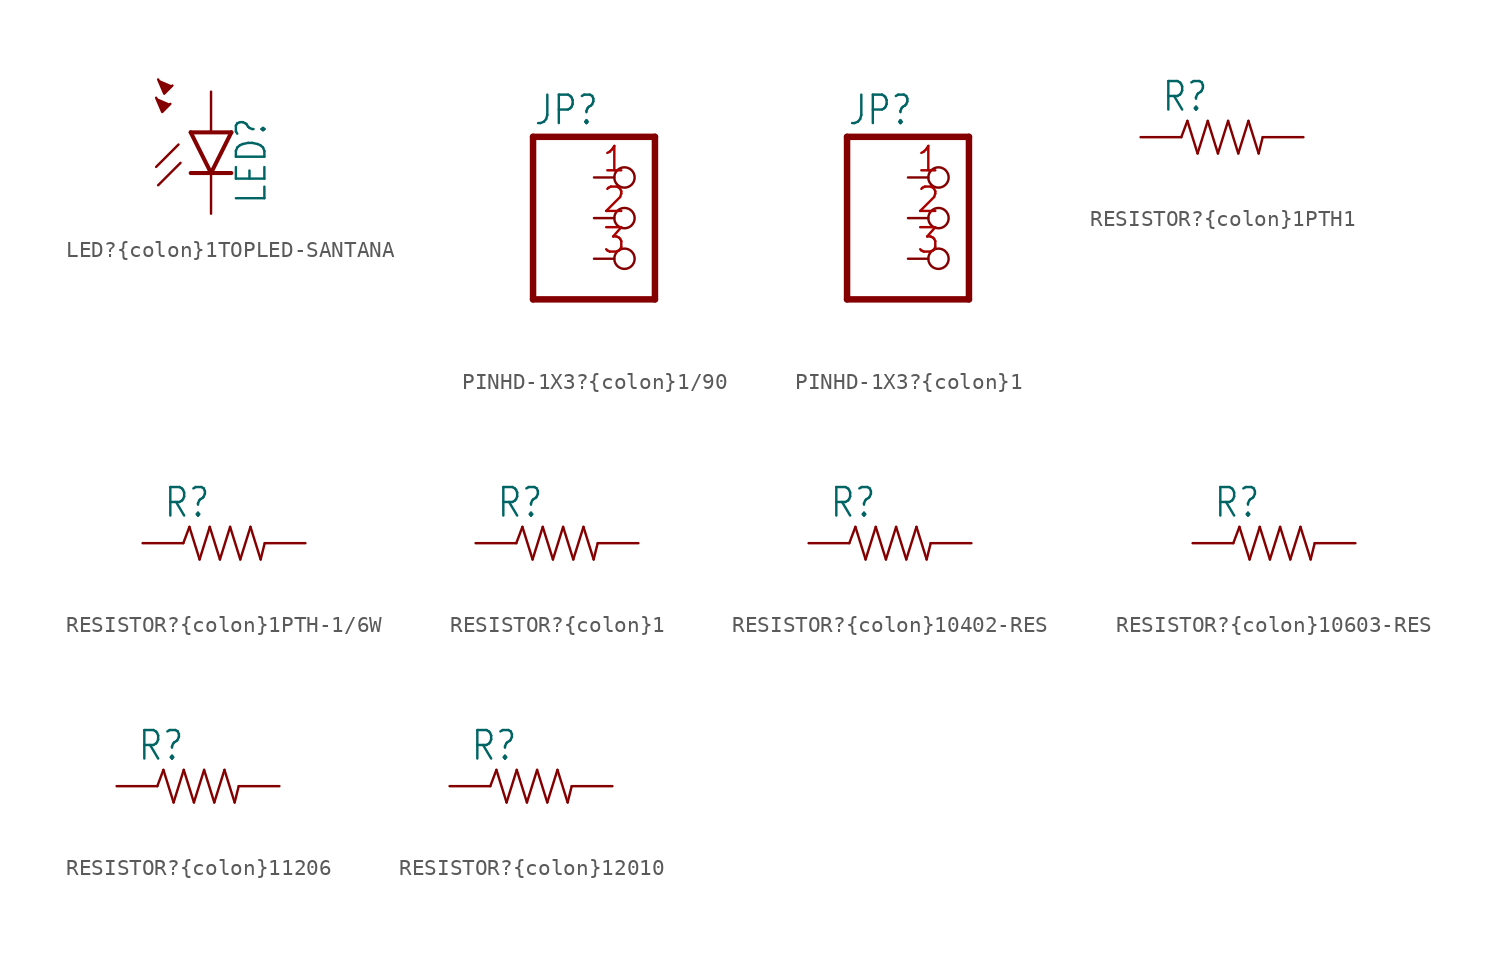
<source format=kicad_sym>
(kicad_symbol_lib
  (version 20241209)
  (generator "kicad_symbol_editor")
  (generator_version "9.0")
  (symbol "LED?{colon}1TOPLED-SANTANA"
    (property "Reference" "LED"
      (at 3.556 -4.572 90)
      (effects (font (size 1.778 1.511)) (justify left bottom)))
    (property "Value" ""
      (at 5.715 -4.572 90)
      (effects (font (size 1.778 1.511)) (justify left bottom)))
    (property "ki_locked" ""
      (at 0 0 0)
      (effects (font (size 1.27 1.27))))
    (symbol "LED?{colon}1TOPLED-SANTANA_1_0"
      (polyline (pts (xy -3.429 2.159) (xy -3.048 1.27) (xy -2.54 1.778)) (stroke (width 0.152) (type solid)) (fill (type outline)))
      (polyline (pts (xy -3.302 3.302) (xy -2.921 2.413) (xy -2.413 2.921)) (stroke (width 0.152) (type solid)) (fill (type outline)))
      (polyline (pts (xy -2.032 -0.762) (xy -3.429 -2.159)) (stroke (width 0.152) (type solid)) (fill (type none)))
      (polyline (pts (xy -1.905 -1.905) (xy -3.302 -3.302)) (stroke (width 0.152) (type solid)) (fill (type none)))
      (polyline (pts (xy 0 -2.54) (xy -1.27 0)) (stroke (width 0.254) (type solid)) (fill (type none)))
      (polyline (pts (xy 0 -2.54) (xy -1.27 -2.54)) (stroke (width 0.254) (type solid)) (fill (type none)))
      (polyline (pts (xy 1.27 0) (xy -1.27 0)) (stroke (width 0.254) (type solid)) (fill (type none)))
      (polyline (pts (xy 1.27 0) (xy 0 -2.54)) (stroke (width 0.254) (type solid)) (fill (type none)))
      (polyline (pts (xy 1.27 -2.54) (xy 0 -2.54)) (stroke (width 0.254) (type solid)) (fill (type none)))
      (pin passive line (at 0 2.54 270) (length 2.54) (name "A" (effects (font (size 0 0)))) (number "A" (effects (font (size 0 0)))))
      (pin passive line (at 0 -5.08 90) (length 2.54) (name "C" (effects (font (size 0 0)))) (number "C" (effects (font (size 0 0)))))))
  (symbol "PINHD-1X3?{colon}1/90"
    (property "Reference" "JP"
      (at -6.35 5.715 0)
      (effects (font (size 1.778 1.511)) (justify left bottom)))
    (property "Value" ""
      (at -6.35 -7.62 0)
      (effects (font (size 1.778 1.511)) (justify left bottom)))
    (property "ki_locked" ""
      (at 0 0 0)
      (effects (font (size 1.27 1.27))))
    (symbol "PINHD-1X3?{colon}1/90_1_0"
      (polyline (pts (xy -6.35 5.08) (xy -6.35 -5.08)) (stroke (width 0.406) (type solid)) (fill (type none)))
      (polyline (pts (xy -6.35 -5.08) (xy 1.27 -5.08)) (stroke (width 0.406) (type solid)) (fill (type none)))
      (polyline (pts (xy 1.27 5.08) (xy -6.35 5.08)) (stroke (width 0.406) (type solid)) (fill (type none)))
      (polyline (pts (xy 1.27 -5.08) (xy 1.27 5.08)) (stroke (width 0.406) (type solid)) (fill (type none)))
      (pin passive inverted (at -2.54 2.54 0) (length 2.54) (name "1" (effects (font (size 0 0)))) (number "1" (effects (font (size 1.524 1.524)))))
      (pin passive inverted (at -2.54 0 0) (length 2.54) (name "2" (effects (font (size 0 0)))) (number "2" (effects (font (size 1.524 1.524)))))
      (pin passive inverted (at -2.54 -2.54 0) (length 2.54) (name "3" (effects (font (size 0 0)))) (number "3" (effects (font (size 1.524 1.524)))))))
  (symbol "PINHD-1X3?{colon}1"
    (property "Reference" "JP"
      (at -6.35 5.715 0)
      (effects (font (size 1.778 1.511)) (justify left bottom)))
    (property "Value" ""
      (at -6.35 -7.62 0)
      (effects (font (size 1.778 1.511)) (justify left bottom)))
    (property "ki_locked" ""
      (at 0 0 0)
      (effects (font (size 1.27 1.27))))
    (symbol "PINHD-1X3?{colon}1_1_0"
      (polyline (pts (xy -6.35 5.08) (xy -6.35 -5.08)) (stroke (width 0.406) (type solid)) (fill (type none)))
      (polyline (pts (xy -6.35 -5.08) (xy 1.27 -5.08)) (stroke (width 0.406) (type solid)) (fill (type none)))
      (polyline (pts (xy 1.27 5.08) (xy -6.35 5.08)) (stroke (width 0.406) (type solid)) (fill (type none)))
      (polyline (pts (xy 1.27 -5.08) (xy 1.27 5.08)) (stroke (width 0.406) (type solid)) (fill (type none)))
      (pin passive inverted (at -2.54 2.54 0) (length 2.54) (name "1" (effects (font (size 0 0)))) (number "1" (effects (font (size 1.524 1.524)))))
      (pin passive inverted (at -2.54 0 0) (length 2.54) (name "2" (effects (font (size 0 0)))) (number "2" (effects (font (size 1.524 1.524)))))
      (pin passive inverted (at -2.54 -2.54 0) (length 2.54) (name "3" (effects (font (size 0 0)))) (number "3" (effects (font (size 1.524 1.524)))))))
  (symbol "RESISTOR?{colon}1PTH1"
    (property "Reference" "R"
      (at -3.81 1.499 0)
      (effects (font (size 1.778 1.511)) (justify left bottom)))
    (property "Value" ""
      (at -3.81 -3.302 0)
      (effects (font (size 1.778 1.511)) (justify left bottom)))
    (property "ki_locked" ""
      (at 0 0 0)
      (effects (font (size 1.27 1.27))))
    (symbol "RESISTOR?{colon}1PTH1_1_0"
      (polyline (pts (xy -2.54 0) (xy -2.159 1.016)) (stroke (width 0.152) (type solid)) (fill (type none)))
      (polyline (pts (xy -2.159 1.016) (xy -1.524 -1.016)) (stroke (width 0.152) (type solid)) (fill (type none)))
      (polyline (pts (xy -1.524 -1.016) (xy -0.889 1.016)) (stroke (width 0.152) (type solid)) (fill (type none)))
      (polyline (pts (xy -0.889 1.016) (xy -0.254 -1.016)) (stroke (width 0.152) (type solid)) (fill (type none)))
      (polyline (pts (xy -0.254 -1.016) (xy 0.381 1.016)) (stroke (width 0.152) (type solid)) (fill (type none)))
      (polyline (pts (xy 0.381 1.016) (xy 1.016 -1.016)) (stroke (width 0.152) (type solid)) (fill (type none)))
      (polyline (pts (xy 1.016 -1.016) (xy 1.651 1.016)) (stroke (width 0.152) (type solid)) (fill (type none)))
      (polyline (pts (xy 1.651 1.016) (xy 2.286 -1.016)) (stroke (width 0.152) (type solid)) (fill (type none)))
      (polyline (pts (xy 2.286 -1.016) (xy 2.54 0)) (stroke (width 0.152) (type solid)) (fill (type none)))
      (pin passive line (at -5.08 0 0) (length 2.54) (name "1" (effects (font (size 0 0)))) (number "P$1" (effects (font (size 0 0)))))
      (pin passive line (at 5.08 0 180) (length 2.54) (name "2" (effects (font (size 0 0)))) (number "P$2" (effects (font (size 0 0)))))))
  (symbol "RESISTOR?{colon}1PTH-1/6W"
    (property "Reference" "R"
      (at -3.81 1.499 0)
      (effects (font (size 1.778 1.511)) (justify left bottom)))
    (property "Value" ""
      (at -3.81 -3.302 0)
      (effects (font (size 1.778 1.511)) (justify left bottom)))
    (property "ki_locked" ""
      (at 0 0 0)
      (effects (font (size 1.27 1.27))))
    (symbol "RESISTOR?{colon}1PTH-1/6W_1_0"
      (polyline (pts (xy -2.54 0) (xy -2.159 1.016)) (stroke (width 0.152) (type solid)) (fill (type none)))
      (polyline (pts (xy -2.159 1.016) (xy -1.524 -1.016)) (stroke (width 0.152) (type solid)) (fill (type none)))
      (polyline (pts (xy -1.524 -1.016) (xy -0.889 1.016)) (stroke (width 0.152) (type solid)) (fill (type none)))
      (polyline (pts (xy -0.889 1.016) (xy -0.254 -1.016)) (stroke (width 0.152) (type solid)) (fill (type none)))
      (polyline (pts (xy -0.254 -1.016) (xy 0.381 1.016)) (stroke (width 0.152) (type solid)) (fill (type none)))
      (polyline (pts (xy 0.381 1.016) (xy 1.016 -1.016)) (stroke (width 0.152) (type solid)) (fill (type none)))
      (polyline (pts (xy 1.016 -1.016) (xy 1.651 1.016)) (stroke (width 0.152) (type solid)) (fill (type none)))
      (polyline (pts (xy 1.651 1.016) (xy 2.286 -1.016)) (stroke (width 0.152) (type solid)) (fill (type none)))
      (polyline (pts (xy 2.286 -1.016) (xy 2.54 0)) (stroke (width 0.152) (type solid)) (fill (type none)))
      (pin passive line (at -5.08 0 0) (length 2.54) (name "1" (effects (font (size 0 0)))) (number "1" (effects (font (size 0 0)))))
      (pin passive line (at 5.08 0 180) (length 2.54) (name "2" (effects (font (size 0 0)))) (number "2" (effects (font (size 0 0)))))))
  (symbol "RESISTOR?{colon}1"
    (property "Reference" "R"
      (at -3.81 1.499 0)
      (effects (font (size 1.778 1.511)) (justify left bottom)))
    (property "Value" ""
      (at -3.81 -3.302 0)
      (effects (font (size 1.778 1.511)) (justify left bottom)))
    (property "ki_locked" ""
      (at 0 0 0)
      (effects (font (size 1.27 1.27))))
    (symbol "RESISTOR?{colon}1_1_0"
      (polyline (pts (xy -2.54 0) (xy -2.159 1.016)) (stroke (width 0.152) (type solid)) (fill (type none)))
      (polyline (pts (xy -2.159 1.016) (xy -1.524 -1.016)) (stroke (width 0.152) (type solid)) (fill (type none)))
      (polyline (pts (xy -1.524 -1.016) (xy -0.889 1.016)) (stroke (width 0.152) (type solid)) (fill (type none)))
      (polyline (pts (xy -0.889 1.016) (xy -0.254 -1.016)) (stroke (width 0.152) (type solid)) (fill (type none)))
      (polyline (pts (xy -0.254 -1.016) (xy 0.381 1.016)) (stroke (width 0.152) (type solid)) (fill (type none)))
      (polyline (pts (xy 0.381 1.016) (xy 1.016 -1.016)) (stroke (width 0.152) (type solid)) (fill (type none)))
      (polyline (pts (xy 1.016 -1.016) (xy 1.651 1.016)) (stroke (width 0.152) (type solid)) (fill (type none)))
      (polyline (pts (xy 1.651 1.016) (xy 2.286 -1.016)) (stroke (width 0.152) (type solid)) (fill (type none)))
      (polyline (pts (xy 2.286 -1.016) (xy 2.54 0)) (stroke (width 0.152) (type solid)) (fill (type none)))
      (pin passive line (at -5.08 0 0) (length 2.54) (name "1" (effects (font (size 0 0)))) (number "1" (effects (font (size 0 0)))))
      (pin passive line (at 5.08 0 180) (length 2.54) (name "2" (effects (font (size 0 0)))) (number "2" (effects (font (size 0 0)))))))
  (symbol "RESISTOR?{colon}10402-RES"
    (property "Reference" "R"
      (at -3.81 1.499 0)
      (effects (font (size 1.778 1.511)) (justify left bottom)))
    (property "Value" ""
      (at -3.81 -3.302 0)
      (effects (font (size 1.778 1.511)) (justify left bottom)))
    (property "ki_locked" ""
      (at 0 0 0)
      (effects (font (size 1.27 1.27))))
    (symbol "RESISTOR?{colon}10402-RES_1_0"
      (polyline (pts (xy -2.54 0) (xy -2.159 1.016)) (stroke (width 0.152) (type solid)) (fill (type none)))
      (polyline (pts (xy -2.159 1.016) (xy -1.524 -1.016)) (stroke (width 0.152) (type solid)) (fill (type none)))
      (polyline (pts (xy -1.524 -1.016) (xy -0.889 1.016)) (stroke (width 0.152) (type solid)) (fill (type none)))
      (polyline (pts (xy -0.889 1.016) (xy -0.254 -1.016)) (stroke (width 0.152) (type solid)) (fill (type none)))
      (polyline (pts (xy -0.254 -1.016) (xy 0.381 1.016)) (stroke (width 0.152) (type solid)) (fill (type none)))
      (polyline (pts (xy 0.381 1.016) (xy 1.016 -1.016)) (stroke (width 0.152) (type solid)) (fill (type none)))
      (polyline (pts (xy 1.016 -1.016) (xy 1.651 1.016)) (stroke (width 0.152) (type solid)) (fill (type none)))
      (polyline (pts (xy 1.651 1.016) (xy 2.286 -1.016)) (stroke (width 0.152) (type solid)) (fill (type none)))
      (polyline (pts (xy 2.286 -1.016) (xy 2.54 0)) (stroke (width 0.152) (type solid)) (fill (type none)))
      (pin passive line (at -5.08 0 0) (length 2.54) (name "1" (effects (font (size 0 0)))) (number "1" (effects (font (size 0 0)))))
      (pin passive line (at 5.08 0 180) (length 2.54) (name "2" (effects (font (size 0 0)))) (number "2" (effects (font (size 0 0)))))))
  (symbol "RESISTOR?{colon}10603-RES"
    (property "Reference" "R"
      (at -3.81 1.499 0)
      (effects (font (size 1.778 1.511)) (justify left bottom)))
    (property "Value" ""
      (at -3.81 -3.302 0)
      (effects (font (size 1.778 1.511)) (justify left bottom)))
    (property "ki_locked" ""
      (at 0 0 0)
      (effects (font (size 1.27 1.27))))
    (symbol "RESISTOR?{colon}10603-RES_1_0"
      (polyline (pts (xy -2.54 0) (xy -2.159 1.016)) (stroke (width 0.152) (type solid)) (fill (type none)))
      (polyline (pts (xy -2.159 1.016) (xy -1.524 -1.016)) (stroke (width 0.152) (type solid)) (fill (type none)))
      (polyline (pts (xy -1.524 -1.016) (xy -0.889 1.016)) (stroke (width 0.152) (type solid)) (fill (type none)))
      (polyline (pts (xy -0.889 1.016) (xy -0.254 -1.016)) (stroke (width 0.152) (type solid)) (fill (type none)))
      (polyline (pts (xy -0.254 -1.016) (xy 0.381 1.016)) (stroke (width 0.152) (type solid)) (fill (type none)))
      (polyline (pts (xy 0.381 1.016) (xy 1.016 -1.016)) (stroke (width 0.152) (type solid)) (fill (type none)))
      (polyline (pts (xy 1.016 -1.016) (xy 1.651 1.016)) (stroke (width 0.152) (type solid)) (fill (type none)))
      (polyline (pts (xy 1.651 1.016) (xy 2.286 -1.016)) (stroke (width 0.152) (type solid)) (fill (type none)))
      (polyline (pts (xy 2.286 -1.016) (xy 2.54 0)) (stroke (width 0.152) (type solid)) (fill (type none)))
      (pin passive line (at -5.08 0 0) (length 2.54) (name "1" (effects (font (size 0 0)))) (number "1" (effects (font (size 0 0)))))
      (pin passive line (at 5.08 0 180) (length 2.54) (name "2" (effects (font (size 0 0)))) (number "2" (effects (font (size 0 0)))))))
  (symbol "RESISTOR?{colon}11206"
    (property "Reference" "R"
      (at -3.81 1.499 0)
      (effects (font (size 1.778 1.511)) (justify left bottom)))
    (property "Value" ""
      (at -3.81 -3.302 0)
      (effects (font (size 1.778 1.511)) (justify left bottom)))
    (property "ki_locked" ""
      (at 0 0 0)
      (effects (font (size 1.27 1.27))))
    (symbol "RESISTOR?{colon}11206_1_0"
      (polyline (pts (xy -2.54 0) (xy -2.159 1.016)) (stroke (width 0.152) (type solid)) (fill (type none)))
      (polyline (pts (xy -2.159 1.016) (xy -1.524 -1.016)) (stroke (width 0.152) (type solid)) (fill (type none)))
      (polyline (pts (xy -1.524 -1.016) (xy -0.889 1.016)) (stroke (width 0.152) (type solid)) (fill (type none)))
      (polyline (pts (xy -0.889 1.016) (xy -0.254 -1.016)) (stroke (width 0.152) (type solid)) (fill (type none)))
      (polyline (pts (xy -0.254 -1.016) (xy 0.381 1.016)) (stroke (width 0.152) (type solid)) (fill (type none)))
      (polyline (pts (xy 0.381 1.016) (xy 1.016 -1.016)) (stroke (width 0.152) (type solid)) (fill (type none)))
      (polyline (pts (xy 1.016 -1.016) (xy 1.651 1.016)) (stroke (width 0.152) (type solid)) (fill (type none)))
      (polyline (pts (xy 1.651 1.016) (xy 2.286 -1.016)) (stroke (width 0.152) (type solid)) (fill (type none)))
      (polyline (pts (xy 2.286 -1.016) (xy 2.54 0)) (stroke (width 0.152) (type solid)) (fill (type none)))
      (pin passive line (at -5.08 0 0) (length 2.54) (name "1" (effects (font (size 0 0)))) (number "1" (effects (font (size 0 0)))))
      (pin passive line (at 5.08 0 180) (length 2.54) (name "2" (effects (font (size 0 0)))) (number "2" (effects (font (size 0 0)))))))
  (symbol "RESISTOR?{colon}12010"
    (property "Reference" "R"
      (at -3.81 1.499 0)
      (effects (font (size 1.778 1.511)) (justify left bottom)))
    (property "Value" ""
      (at -3.81 -3.302 0)
      (effects (font (size 1.778 1.511)) (justify left bottom)))
    (property "ki_locked" ""
      (at 0 0 0)
      (effects (font (size 1.27 1.27))))
    (symbol "RESISTOR?{colon}12010_1_0"
      (polyline (pts (xy -2.54 0) (xy -2.159 1.016)) (stroke (width 0.152) (type solid)) (fill (type none)))
      (polyline (pts (xy -2.159 1.016) (xy -1.524 -1.016)) (stroke (width 0.152) (type solid)) (fill (type none)))
      (polyline (pts (xy -1.524 -1.016) (xy -0.889 1.016)) (stroke (width 0.152) (type solid)) (fill (type none)))
      (polyline (pts (xy -0.889 1.016) (xy -0.254 -1.016)) (stroke (width 0.152) (type solid)) (fill (type none)))
      (polyline (pts (xy -0.254 -1.016) (xy 0.381 1.016)) (stroke (width 0.152) (type solid)) (fill (type none)))
      (polyline (pts (xy 0.381 1.016) (xy 1.016 -1.016)) (stroke (width 0.152) (type solid)) (fill (type none)))
      (polyline (pts (xy 1.016 -1.016) (xy 1.651 1.016)) (stroke (width 0.152) (type solid)) (fill (type none)))
      (polyline (pts (xy 1.651 1.016) (xy 2.286 -1.016)) (stroke (width 0.152) (type solid)) (fill (type none)))
      (polyline (pts (xy 2.286 -1.016) (xy 2.54 0)) (stroke (width 0.152) (type solid)) (fill (type none)))
      (pin passive line (at -5.08 0 0) (length 2.54) (name "1" (effects (font (size 0 0)))) (number "1" (effects (font (size 0 0)))))
      (pin passive line (at 5.08 0 180) (length 2.54) (name "2" (effects (font (size 0 0)))) (number "2" (effects (font (size 0 0))))))))
</source>
